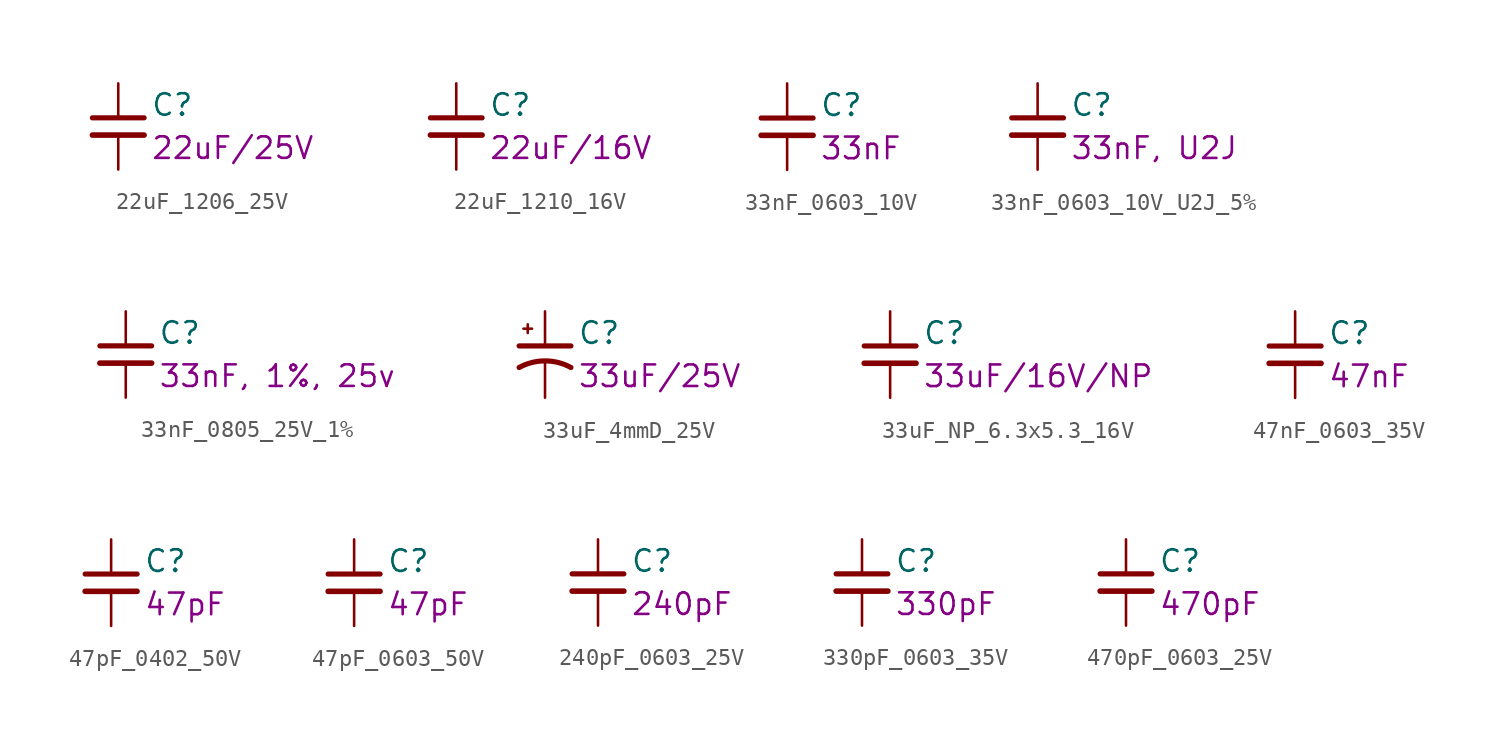
<source format=kicad_sym>
(kicad_symbol_lib
  (version 20211014)
  (generator kicad_symbol_editor)
  (symbol "22uF_1206_25V"
    (pin_numbers hide)
    (pin_names
      (offset 0.254))
    (property "Reference" "C"
      (at 1.905 1.27 0)
      (effects (font (size 1.27 1.27)) (justify left)))
    (property "Display" "22uF/25V"
      (at 1.905 -1.27 0)
      (effects (font (size 1.27 1.27)) (justify left)))
    (symbol "22uF_1206_25V_1_1"
      (polyline (pts (xy -1.524 -0.508) (xy 1.524 -0.508)) (stroke (width 0.33) (type default) (color 0 0 0 0)) (fill (type none)))
      (polyline (pts (xy -1.524 0.508) (xy 1.524 0.508)) (stroke (width 0.305) (type default) (color 0 0 0 0)) (fill (type none)))
      (pin passive line (at 0 2.54 270) (length 2.032) (name "~" (effects (font (size 1.27 1.27)))) (number "1" (effects (font (size 1.27 1.27)))))
      (pin passive line (at 0 -2.54 90) (length 2.032) (name "~" (effects (font (size 1.27 1.27)))) (number "2" (effects (font (size 1.27 1.27)))))))
  (symbol "22uF_1210_16V"
    (pin_numbers hide)
    (pin_names
      (offset 0.254))
    (property "Reference" "C"
      (at 1.905 1.27 0)
      (effects (font (size 1.27 1.27)) (justify left)))
    (property "Display" "22uF/16V"
      (at 1.905 -1.27 0)
      (effects (font (size 1.27 1.27)) (justify left)))
    (symbol "22uF_1210_16V_1_1"
      (polyline (pts (xy -1.524 -0.508) (xy 1.524 -0.508)) (stroke (width 0.33) (type default) (color 0 0 0 0)) (fill (type none)))
      (polyline (pts (xy -1.524 0.508) (xy 1.524 0.508)) (stroke (width 0.305) (type default) (color 0 0 0 0)) (fill (type none)))
      (pin passive line (at 0 2.54 270) (length 2.032) (name "~" (effects (font (size 1.27 1.27)))) (number "1" (effects (font (size 1.27 1.27)))))
      (pin passive line (at 0 -2.54 90) (length 2.032) (name "~" (effects (font (size 1.27 1.27)))) (number "2" (effects (font (size 1.27 1.27)))))))
  (symbol "33nF_0603_10V"
    (pin_numbers hide)
    (pin_names
      (offset 0.254) hide)
    (property "Reference" "C"
      (at 1.905 1.27 0)
      (effects (font (size 1.27 1.27)) (justify left)))
    (property "Display" "33nF"
      (at 1.905 -1.27 0)
      (effects (font (size 1.27 1.27)) (justify left)))
    (symbol "33nF_0603_10V_0_1"
      (polyline (pts (xy -1.524 -0.508) (xy 1.524 -0.508)) (stroke (width 0.33) (type default) (color 0 0 0 0)) (fill (type none)))
      (polyline (pts (xy -1.524 0.508) (xy 1.524 0.508)) (stroke (width 0.305) (type default) (color 0 0 0 0)) (fill (type none))))
    (symbol "33nF_0603_10V_1_1"
      (pin passive line (at 0 2.54 270) (length 2.032) (name "~" (effects (font (size 1.27 1.27)))) (number "1" (effects (font (size 1.27 1.27)))))
      (pin passive line (at 0 -2.54 90) (length 2.032) (name "~" (effects (font (size 1.27 1.27)))) (number "2" (effects (font (size 1.27 1.27)))))))
  (symbol "33nF_0603_10V_U2J_5%"
    (pin_numbers hide)
    (pin_names
      (offset 0.254) hide)
    (property "Reference" "C"
      (at 1.905 1.27 0)
      (effects (font (size 1.27 1.27)) (justify left)))
    (property "Display" "33nF, U2J"
      (at 1.905 -1.27 0)
      (effects (font (size 1.27 1.27)) (justify left)))
    (symbol "33nF_0603_10V_U2J_5%_0_1"
      (polyline (pts (xy -1.524 -0.508) (xy 1.524 -0.508)) (stroke (width 0.33) (type default) (color 0 0 0 0)) (fill (type none)))
      (polyline (pts (xy -1.524 0.508) (xy 1.524 0.508)) (stroke (width 0.305) (type default) (color 0 0 0 0)) (fill (type none))))
    (symbol "33nF_0603_10V_U2J_5%_1_1"
      (pin passive line (at 0 2.54 270) (length 2.032) (name "~" (effects (font (size 1.27 1.27)))) (number "1" (effects (font (size 1.27 1.27)))))
      (pin passive line (at 0 -2.54 90) (length 2.032) (name "~" (effects (font (size 1.27 1.27)))) (number "2" (effects (font (size 1.27 1.27)))))))
  (symbol "33nF_0805_25V_1%"
    (pin_numbers hide)
    (pin_names
      (offset 0.254) hide)
    (property "Reference" "C"
      (at 1.905 1.27 0)
      (effects (font (size 1.27 1.27)) (justify left)))
    (property "Display" "33nF, 1%, 25v"
      (at 1.905 -1.27 0)
      (effects (font (size 1.27 1.27)) (justify left)))
    (symbol "33nF_0805_25V_1%_0_1"
      (polyline (pts (xy -1.524 -0.508) (xy 1.524 -0.508)) (stroke (width 0.33) (type default) (color 0 0 0 0)) (fill (type none)))
      (polyline (pts (xy -1.524 0.508) (xy 1.524 0.508)) (stroke (width 0.305) (type default) (color 0 0 0 0)) (fill (type none))))
    (symbol "33nF_0805_25V_1%_1_1"
      (pin passive line (at 0 2.54 270) (length 2.032) (name "~" (effects (font (size 1.27 1.27)))) (number "1" (effects (font (size 1.27 1.27)))))
      (pin passive line (at 0 -2.54 90) (length 2.032) (name "~" (effects (font (size 1.27 1.27)))) (number "2" (effects (font (size 1.27 1.27)))))))
  (symbol "33uF_4mmD_25V"
    (pin_numbers hide)
    (pin_names
      (offset 0.254) hide)
    (property "Reference" "C"
      (at 1.905 1.27 0)
      (effects (font (size 1.27 1.27)) (justify left)))
    (property "Display" "33uF/25V"
      (at 1.905 -1.27 0)
      (effects (font (size 1.27 1.27)) (justify left)))
    (symbol "33uF_4mmD_25V_0_1"
      (polyline (pts (xy -1.524 0.508) (xy 1.524 0.508)) (stroke (width 0.305) (type default) (color 0 0 0 0)) (fill (type none)))
      (polyline (pts (xy -1.27 1.524) (xy -0.762 1.524)) (stroke (width 0) (type default) (color 0 0 0 0)) (fill (type none)))
      (polyline (pts (xy -1.016 1.27) (xy -1.016 1.778)) (stroke (width 0) (type default) (color 0 0 0 0)) (fill (type none)))
      (arc (start 1.524 -0.762) (mid 0 -0.3734) (end -1.524 -0.762) (stroke (width 0.3048) (type default) (color 0 0 0 0)) (fill (type none))))
    (symbol "33uF_4mmD_25V_1_1"
      (pin passive line (at 0 2.54 270) (length 2.032) (name "~" (effects (font (size 1.27 1.27)))) (number "1" (effects (font (size 1.27 1.27)))))
      (pin passive line (at 0 -2.54 90) (length 2.032) (name "~" (effects (font (size 1.27 1.27)))) (number "2" (effects (font (size 1.27 1.27)))))))
  (symbol "33uF_NP_6.3x5.3_16V"
    (pin_numbers hide)
    (pin_names
      (offset 0.254) hide)
    (property "Reference" "C"
      (at 1.905 1.27 0)
      (effects (font (size 1.27 1.27)) (justify left)))
    (property "Display" "33uF/16V/NP"
      (at 1.905 -1.27 0)
      (effects (font (size 1.27 1.27)) (justify left)))
    (symbol "33uF_NP_6.3x5.3_16V_0_1"
      (polyline (pts (xy -1.524 -0.508) (xy 1.524 -0.508)) (stroke (width 0.33) (type default) (color 0 0 0 0)) (fill (type none)))
      (polyline (pts (xy -1.524 0.508) (xy 1.524 0.508)) (stroke (width 0.305) (type default) (color 0 0 0 0)) (fill (type none))))
    (symbol "33uF_NP_6.3x5.3_16V_1_1"
      (pin passive line (at 0 2.54 270) (length 2.032) (name "~" (effects (font (size 1.27 1.27)))) (number "1" (effects (font (size 1.27 1.27)))))
      (pin passive line (at 0 -2.54 90) (length 2.032) (name "~" (effects (font (size 1.27 1.27)))) (number "2" (effects (font (size 1.27 1.27)))))))
  (symbol "47nF_0603_35V"
    (pin_numbers hide)
    (pin_names
      (offset 0.254) hide)
    (property "Reference" "C"
      (at 1.905 1.27 0)
      (effects (font (size 1.27 1.27)) (justify left)))
    (property "Display" "47nF"
      (at 1.905 -1.27 0)
      (effects (font (size 1.27 1.27)) (justify left)))
    (symbol "47nF_0603_35V_0_1"
      (polyline (pts (xy -1.524 -0.508) (xy 1.524 -0.508)) (stroke (width 0.33) (type default) (color 0 0 0 0)) (fill (type none)))
      (polyline (pts (xy -1.524 0.508) (xy 1.524 0.508)) (stroke (width 0.305) (type default) (color 0 0 0 0)) (fill (type none))))
    (symbol "47nF_0603_35V_1_1"
      (pin passive line (at 0 2.54 270) (length 2.032) (name "~" (effects (font (size 1.27 1.27)))) (number "1" (effects (font (size 1.27 1.27)))))
      (pin passive line (at 0 -2.54 90) (length 2.032) (name "~" (effects (font (size 1.27 1.27)))) (number "2" (effects (font (size 1.27 1.27)))))))
  (symbol "47pF_0402_50V"
    (pin_numbers hide)
    (pin_names
      (offset 0.254) hide)
    (property "Reference" "C"
      (at 1.905 1.27 0)
      (effects (font (size 1.27 1.27)) (justify left)))
    (property "Display" "47pF"
      (at 1.905 -1.27 0)
      (effects (font (size 1.27 1.27)) (justify left)))
    (symbol "47pF_0402_50V_0_1"
      (polyline (pts (xy -1.524 -0.508) (xy 1.524 -0.508)) (stroke (width 0.33) (type default) (color 0 0 0 0)) (fill (type none)))
      (polyline (pts (xy -1.524 0.508) (xy 1.524 0.508)) (stroke (width 0.305) (type default) (color 0 0 0 0)) (fill (type none))))
    (symbol "47pF_0402_50V_1_1"
      (pin passive line (at 0 2.54 270) (length 2.032) (name "~" (effects (font (size 1.27 1.27)))) (number "1" (effects (font (size 1.27 1.27)))))
      (pin passive line (at 0 -2.54 90) (length 2.032) (name "~" (effects (font (size 1.27 1.27)))) (number "2" (effects (font (size 1.27 1.27)))))))
  (symbol "47pF_0603_50V"
    (pin_numbers hide)
    (pin_names
      (offset 0.254) hide)
    (property "Reference" "C"
      (at 1.905 1.27 0)
      (effects (font (size 1.27 1.27)) (justify left)))
    (property "Display" "47pF"
      (at 1.905 -1.27 0)
      (effects (font (size 1.27 1.27)) (justify left)))
    (symbol "47pF_0603_50V_0_1"
      (polyline (pts (xy -1.524 -0.508) (xy 1.524 -0.508)) (stroke (width 0.33) (type default) (color 0 0 0 0)) (fill (type none)))
      (polyline (pts (xy -1.524 0.508) (xy 1.524 0.508)) (stroke (width 0.305) (type default) (color 0 0 0 0)) (fill (type none))))
    (symbol "47pF_0603_50V_1_1"
      (pin passive line (at 0 2.54 270) (length 2.032) (name "~" (effects (font (size 1.27 1.27)))) (number "1" (effects (font (size 1.27 1.27)))))
      (pin passive line (at 0 -2.54 90) (length 2.032) (name "~" (effects (font (size 1.27 1.27)))) (number "2" (effects (font (size 1.27 1.27)))))))
  (symbol "240pF_0603_25V"
    (pin_numbers hide)
    (pin_names
      (offset 0.254) hide)
    (property "Reference" "C"
      (at 1.905 1.27 0)
      (effects (font (size 1.27 1.27)) (justify left)))
    (property "Display" "240pF"
      (at 1.905 -1.27 0)
      (effects (font (size 1.27 1.27)) (justify left)))
    (symbol "240pF_0603_25V_0_1"
      (polyline (pts (xy -1.524 -0.508) (xy 1.524 -0.508)) (stroke (width 0.33) (type default) (color 0 0 0 0)) (fill (type none)))
      (polyline (pts (xy -1.524 0.508) (xy 1.524 0.508)) (stroke (width 0.305) (type default) (color 0 0 0 0)) (fill (type none))))
    (symbol "240pF_0603_25V_1_1"
      (pin passive line (at 0 2.54 270) (length 2.032) (name "~" (effects (font (size 1.27 1.27)))) (number "1" (effects (font (size 1.27 1.27)))))
      (pin passive line (at 0 -2.54 90) (length 2.032) (name "~" (effects (font (size 1.27 1.27)))) (number "2" (effects (font (size 1.27 1.27)))))))
  (symbol "330pF_0603_35V"
    (pin_numbers hide)
    (pin_names
      (offset 0.254) hide)
    (property "Reference" "C"
      (at 1.905 1.27 0)
      (effects (font (size 1.27 1.27)) (justify left)))
    (property "Display" "330pF"
      (at 1.905 -1.27 0)
      (effects (font (size 1.27 1.27)) (justify left)))
    (symbol "330pF_0603_35V_0_1"
      (polyline (pts (xy -1.524 -0.508) (xy 1.524 -0.508)) (stroke (width 0.33) (type default) (color 0 0 0 0)) (fill (type none)))
      (polyline (pts (xy -1.524 0.508) (xy 1.524 0.508)) (stroke (width 0.305) (type default) (color 0 0 0 0)) (fill (type none))))
    (symbol "330pF_0603_35V_1_1"
      (pin passive line (at 0 2.54 270) (length 2.032) (name "~" (effects (font (size 1.27 1.27)))) (number "1" (effects (font (size 1.27 1.27)))))
      (pin passive line (at 0 -2.54 90) (length 2.032) (name "~" (effects (font (size 1.27 1.27)))) (number "2" (effects (font (size 1.27 1.27)))))))
  (symbol "470pF_0603_25V"
    (pin_numbers hide)
    (pin_names
      (offset 0.254) hide)
    (property "Reference" "C"
      (at 1.905 1.27 0)
      (effects (font (size 1.27 1.27)) (justify left)))
    (property "Display" "470pF"
      (at 1.905 -1.27 0)
      (effects (font (size 1.27 1.27)) (justify left)))
    (symbol "470pF_0603_25V_0_1"
      (polyline (pts (xy -1.524 -0.508) (xy 1.524 -0.508)) (stroke (width 0.33) (type default) (color 0 0 0 0)) (fill (type none)))
      (polyline (pts (xy -1.524 0.508) (xy 1.524 0.508)) (stroke (width 0.305) (type default) (color 0 0 0 0)) (fill (type none))))
    (symbol "470pF_0603_25V_1_1"
      (pin passive line (at 0 2.54 270) (length 2.032) (name "~" (effects (font (size 1.27 1.27)))) (number "1" (effects (font (size 1.27 1.27)))))
      (pin passive line (at 0 -2.54 90) (length 2.032) (name "~" (effects (font (size 1.27 1.27)))) (number "2" (effects (font (size 1.27 1.27))))))))
</source>
